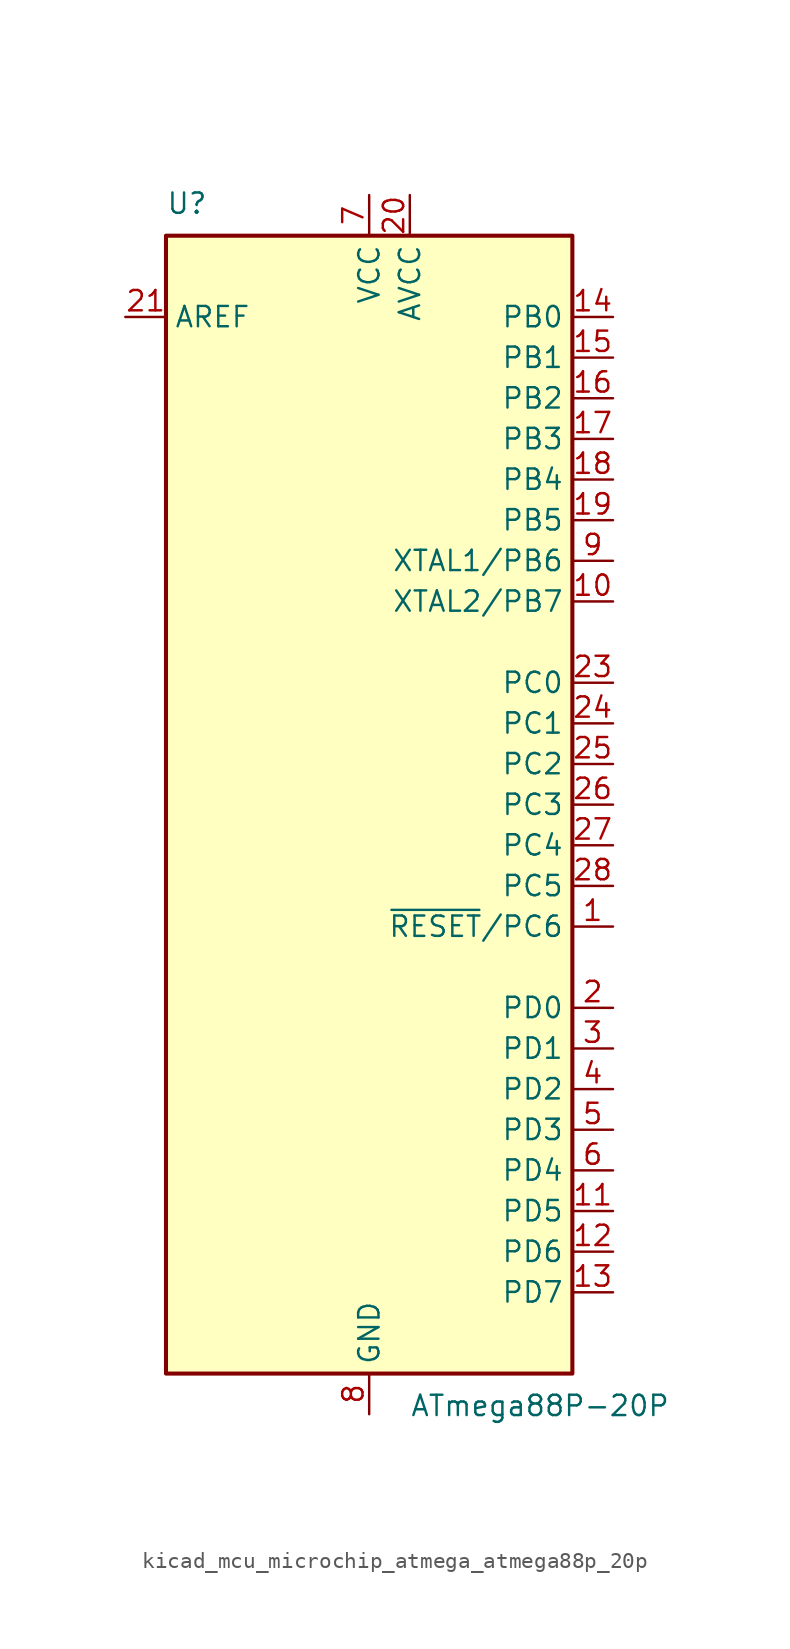
<source format=kicad_sym>
(kicad_symbol_lib
  (version 20220914)
  (generator kicad_symbol_editor)
  (symbol "kicad_mcu_microchip_atmega_atmega88p_20p"
    (property "Reference" "U"
      (at -12.7 36.83 0)
      (effects (font (size 1.27 1.27)) (justify left bottom)))
    (property "Value" "ATmega88P-20P"
      (at 2.54 -36.83 0)
      (effects (font (size 1.27 1.27)) (justify left top)))
    (symbol "kicad_mcu_microchip_atmega_atmega88p_20p_0_1"
      (rectangle (start -12.7 -35.56) (end 12.7 35.56) (stroke (width 0.254) (type default)) (fill (type background))))
    (symbol "kicad_mcu_microchip_atmega_atmega88p_20p_1_1"
      (pin bidirectional line (at 15.24 -7.62 180) (length 2.54) (name "~{RESET}/PC6" (effects (font (size 1.27 1.27)))) (number "1" (effects (font (size 1.27 1.27)))))
      (pin bidirectional line (at 15.24 12.7 180) (length 2.54) (name "XTAL2/PB7" (effects (font (size 1.27 1.27)))) (number "10" (effects (font (size 1.27 1.27)))))
      (pin bidirectional line (at 15.24 -25.4 180) (length 2.54) (name "PD5" (effects (font (size 1.27 1.27)))) (number "11" (effects (font (size 1.27 1.27)))))
      (pin bidirectional line (at 15.24 -27.94 180) (length 2.54) (name "PD6" (effects (font (size 1.27 1.27)))) (number "12" (effects (font (size 1.27 1.27)))))
      (pin bidirectional line (at 15.24 -30.48 180) (length 2.54) (name "PD7" (effects (font (size 1.27 1.27)))) (number "13" (effects (font (size 1.27 1.27)))))
      (pin bidirectional line (at 15.24 30.48 180) (length 2.54) (name "PB0" (effects (font (size 1.27 1.27)))) (number "14" (effects (font (size 1.27 1.27)))))
      (pin bidirectional line (at 15.24 27.94 180) (length 2.54) (name "PB1" (effects (font (size 1.27 1.27)))) (number "15" (effects (font (size 1.27 1.27)))))
      (pin bidirectional line (at 15.24 25.4 180) (length 2.54) (name "PB2" (effects (font (size 1.27 1.27)))) (number "16" (effects (font (size 1.27 1.27)))))
      (pin bidirectional line (at 15.24 22.86 180) (length 2.54) (name "PB3" (effects (font (size 1.27 1.27)))) (number "17" (effects (font (size 1.27 1.27)))))
      (pin bidirectional line (at 15.24 20.32 180) (length 2.54) (name "PB4" (effects (font (size 1.27 1.27)))) (number "18" (effects (font (size 1.27 1.27)))))
      (pin bidirectional line (at 15.24 17.78 180) (length 2.54) (name "PB5" (effects (font (size 1.27 1.27)))) (number "19" (effects (font (size 1.27 1.27)))))
      (pin bidirectional line (at 15.24 -12.7 180) (length 2.54) (name "PD0" (effects (font (size 1.27 1.27)))) (number "2" (effects (font (size 1.27 1.27)))))
      (pin power_in line (at 2.54 38.1 270) (length 2.54) (name "AVCC" (effects (font (size 1.27 1.27)))) (number "20" (effects (font (size 1.27 1.27)))))
      (pin passive line (at -15.24 30.48 0) (length 2.54) (name "AREF" (effects (font (size 1.27 1.27)))) (number "21" (effects (font (size 1.27 1.27)))))
      (pin passive line (at 0 -38.1 90) (length 2.54) hide (name "GND" (effects (font (size 1.27 1.27)))) (number "22" (effects (font (size 1.27 1.27)))))
      (pin bidirectional line (at 15.24 7.62 180) (length 2.54) (name "PC0" (effects (font (size 1.27 1.27)))) (number "23" (effects (font (size 1.27 1.27)))))
      (pin bidirectional line (at 15.24 5.08 180) (length 2.54) (name "PC1" (effects (font (size 1.27 1.27)))) (number "24" (effects (font (size 1.27 1.27)))))
      (pin bidirectional line (at 15.24 2.54 180) (length 2.54) (name "PC2" (effects (font (size 1.27 1.27)))) (number "25" (effects (font (size 1.27 1.27)))))
      (pin bidirectional line (at 15.24 0 180) (length 2.54) (name "PC3" (effects (font (size 1.27 1.27)))) (number "26" (effects (font (size 1.27 1.27)))))
      (pin bidirectional line (at 15.24 -2.54 180) (length 2.54) (name "PC4" (effects (font (size 1.27 1.27)))) (number "27" (effects (font (size 1.27 1.27)))))
      (pin bidirectional line (at 15.24 -5.08 180) (length 2.54) (name "PC5" (effects (font (size 1.27 1.27)))) (number "28" (effects (font (size 1.27 1.27)))))
      (pin bidirectional line (at 15.24 -15.24 180) (length 2.54) (name "PD1" (effects (font (size 1.27 1.27)))) (number "3" (effects (font (size 1.27 1.27)))))
      (pin bidirectional line (at 15.24 -17.78 180) (length 2.54) (name "PD2" (effects (font (size 1.27 1.27)))) (number "4" (effects (font (size 1.27 1.27)))))
      (pin bidirectional line (at 15.24 -20.32 180) (length 2.54) (name "PD3" (effects (font (size 1.27 1.27)))) (number "5" (effects (font (size 1.27 1.27)))))
      (pin bidirectional line (at 15.24 -22.86 180) (length 2.54) (name "PD4" (effects (font (size 1.27 1.27)))) (number "6" (effects (font (size 1.27 1.27)))))
      (pin power_in line (at 0 38.1 270) (length 2.54) (name "VCC" (effects (font (size 1.27 1.27)))) (number "7" (effects (font (size 1.27 1.27)))))
      (pin power_in line (at 0 -38.1 90) (length 2.54) (name "GND" (effects (font (size 1.27 1.27)))) (number "8" (effects (font (size 1.27 1.27)))))
      (pin bidirectional line (at 15.24 15.24 180) (length 2.54) (name "XTAL1/PB6" (effects (font (size 1.27 1.27)))) (number "9" (effects (font (size 1.27 1.27))))))))
</source>
